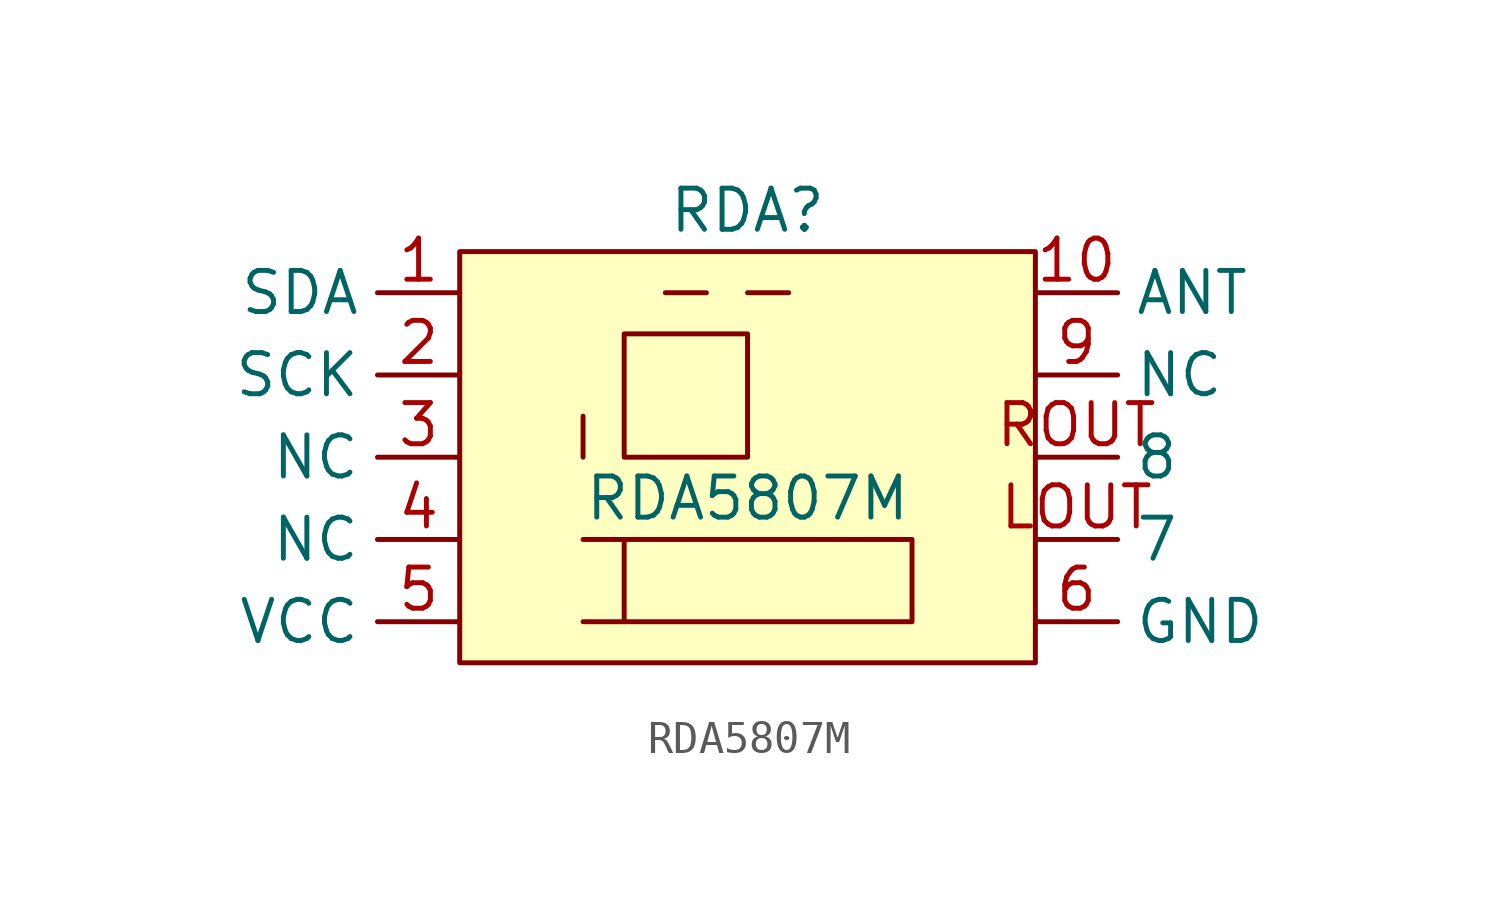
<source format=kicad_sym>
(kicad_symbol_lib
  (version 20211014)
  (generator kicad_symbol_editor)
  (symbol "RDA5807M"
    (property "Reference" "RDA"
      (at 0 1.27 0)
      (effects (font (size 1.27 1.27))))
    (property "Value" "RDA5807M"
      (at 0 -7.62 0)
      (effects (font (size 1.27 1.27))))
    (symbol "RDA5807M_0_1"
      (rectangle (start -8.89 0) (end 8.89 -12.7) (stroke (width 0) (type default) (color 0 0 0 0)) (fill (type background)))
      (rectangle (start -3.81 -8.89) (end 5.08 -11.43) (stroke (width 0) (type default) (color 0 0 0 0)) (fill (type none)))
      (rectangle (start -3.81 -2.54) (end 0 -6.35) (stroke (width 0) (type default) (color 0 0 0 0)) (fill (type none)))
      (polyline (pts (xy -5.08 -5.08) (xy -5.08 -6.35)) (stroke (width 0) (type default) (color 0 0 0 0)) (fill (type none)))
      (polyline (pts (xy -3.81 -11.43) (xy -5.08 -11.43)) (stroke (width 0) (type default) (color 0 0 0 0)) (fill (type none)))
      (polyline (pts (xy -3.81 -8.89) (xy -5.08 -8.89)) (stroke (width 0) (type default) (color 0 0 0 0)) (fill (type none)))
      (polyline (pts (xy -1.27 -1.27) (xy -2.54 -1.27)) (stroke (width 0) (type default) (color 0 0 0 0)) (fill (type none)))
      (polyline (pts (xy 0 -1.27) (xy 1.27 -1.27)) (stroke (width 0) (type default) (color 0 0 0 0)) (fill (type none))))
    (symbol "RDA5807M_1_1"
      (pin bidirectional line (at -8.89 -1.27 180) (length 2.54) (name "SDA" (effects (font (size 1.27 1.27)))) (number "1" (effects (font (size 1.27 1.27)))))
      (pin input line (at 8.89 -1.27 0) (length 2.54) (name "ANT" (effects (font (size 1.27 1.27)))) (number "10" (effects (font (size 1.27 1.27)))))
      (pin input line (at -8.89 -3.81 180) (length 2.54) (name "SCK" (effects (font (size 1.27 1.27)))) (number "2" (effects (font (size 1.27 1.27)))))
      (pin input line (at -8.89 -6.35 180) (length 2.54) (name "NC" (effects (font (size 1.27 1.27)))) (number "3" (effects (font (size 1.27 1.27)))))
      (pin input line (at -8.89 -8.89 180) (length 2.54) (name "NC" (effects (font (size 1.27 1.27)))) (number "4" (effects (font (size 1.27 1.27)))))
      (pin input line (at -8.89 -11.43 180) (length 2.54) (name "VCC" (effects (font (size 1.27 1.27)))) (number "5" (effects (font (size 1.27 1.27)))))
      (pin input line (at 8.89 -11.43 0) (length 2.54) (name "GND" (effects (font (size 1.27 1.27)))) (number "6" (effects (font (size 1.27 1.27)))))
      (pin input line (at 8.89 -3.81 0) (length 2.54) (name "NC" (effects (font (size 1.27 1.27)))) (number "9" (effects (font (size 1.27 1.27)))))
      (pin output line (at 8.89 -8.89 0) (length 2.54) (name "7" (effects (font (size 1.27 1.27)))) (number "LOUT" (effects (font (size 1.27 1.27)))))
      (pin output line (at 8.89 -6.35 0) (length 2.54) (name "8" (effects (font (size 1.27 1.27)))) (number "ROUT" (effects (font (size 1.27 1.27))))))))
</source>
